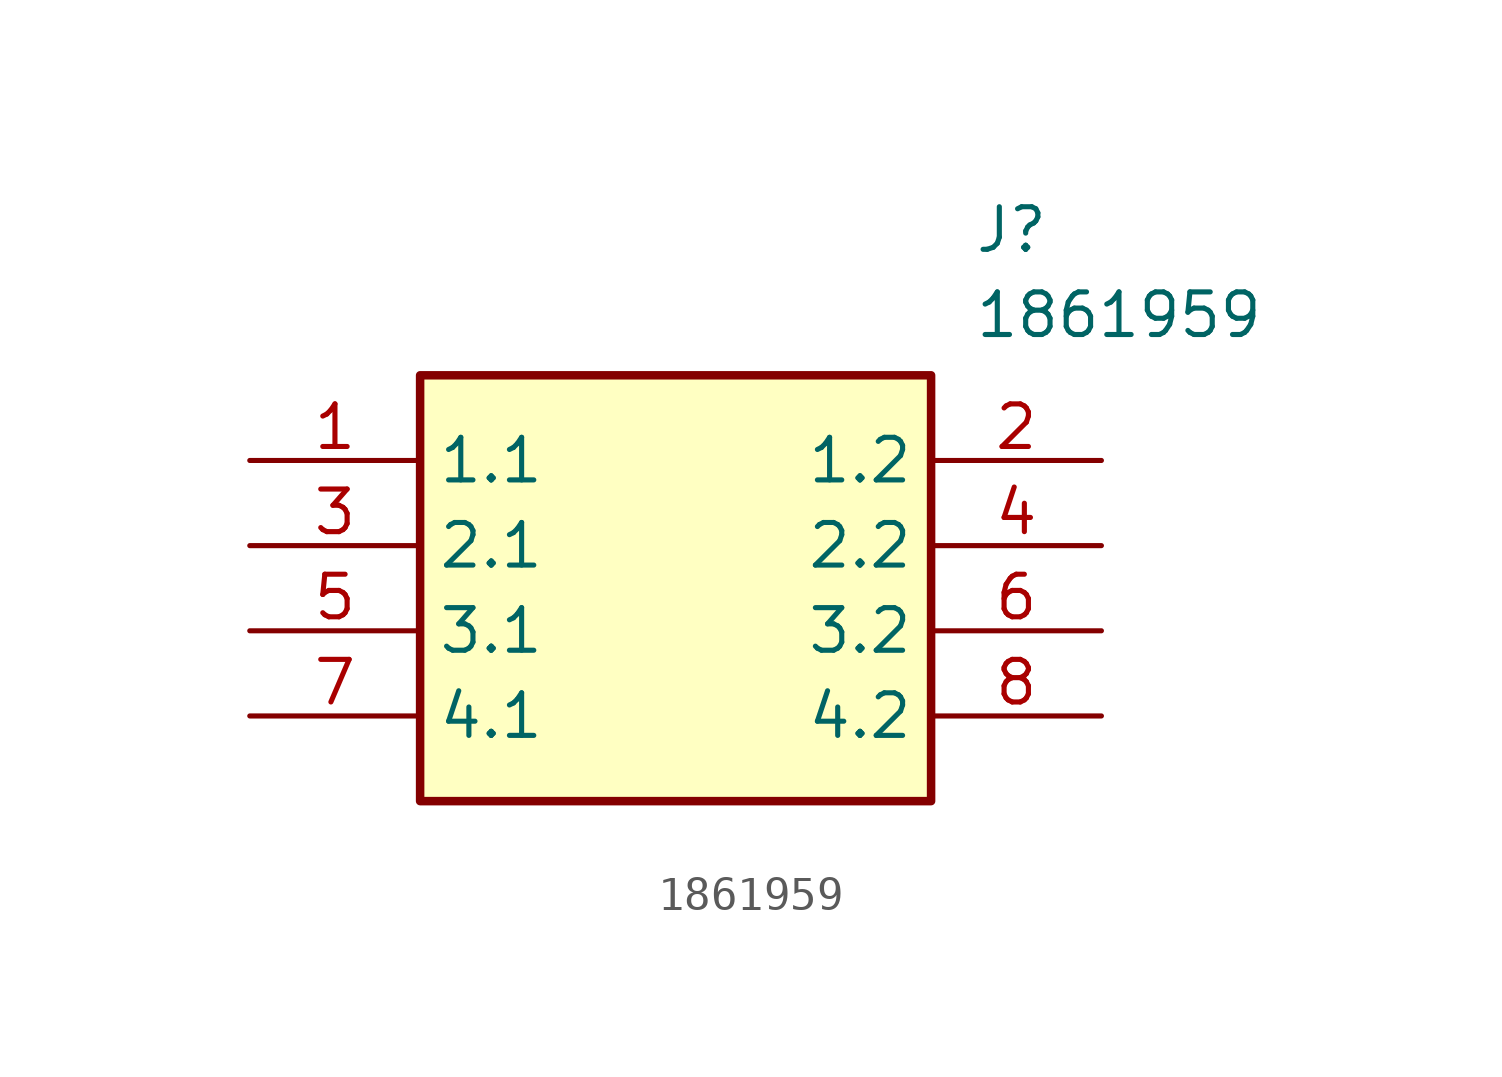
<source format=kicad_sym>
(kicad_symbol_lib
  (version 20211014)
  (generator SamacSys_ECAD_Model)
  (symbol "1861959"
    (property "Reference" "J"
      (at 21.59 7.62 0)
      (effects (font (size 1.27 1.27)) (justify left top)))
    (property "Value" "1861959"
      (at 21.59 5.08 0)
      (effects (font (size 1.27 1.27)) (justify left top)))
    (rectangle
      (start 5.08 2.54)
      (end 20.32 -10.16)
      (stroke (width 0.254) (type default))
      (fill (type background)))
    (pin passive line
      (at 0 0 0)
      (length 5.08)
      (name "1.1" (effects (font (size 1.27 1.27))))
      (number "1" (effects (font (size 1.27 1.27)))))
    (pin passive line
      (at 25.4 0 180)
      (length 5.08)
      (name "1.2" (effects (font (size 1.27 1.27))))
      (number "2" (effects (font (size 1.27 1.27)))))
    (pin passive line
      (at 0 -2.54 0)
      (length 5.08)
      (name "2.1" (effects (font (size 1.27 1.27))))
      (number "3" (effects (font (size 1.27 1.27)))))
    (pin passive line
      (at 25.4 -2.54 180)
      (length 5.08)
      (name "2.2" (effects (font (size 1.27 1.27))))
      (number "4" (effects (font (size 1.27 1.27)))))
    (pin passive line
      (at 0 -5.08 0)
      (length 5.08)
      (name "3.1" (effects (font (size 1.27 1.27))))
      (number "5" (effects (font (size 1.27 1.27)))))
    (pin passive line
      (at 25.4 -5.08 180)
      (length 5.08)
      (name "3.2" (effects (font (size 1.27 1.27))))
      (number "6" (effects (font (size 1.27 1.27)))))
    (pin passive line
      (at 0 -7.62 0)
      (length 5.08)
      (name "4.1" (effects (font (size 1.27 1.27))))
      (number "7" (effects (font (size 1.27 1.27)))))
    (pin passive line
      (at 25.4 -7.62 180)
      (length 5.08)
      (name "4.2" (effects (font (size 1.27 1.27))))
      (number "8" (effects (font (size 1.27 1.27)))))))
</source>
